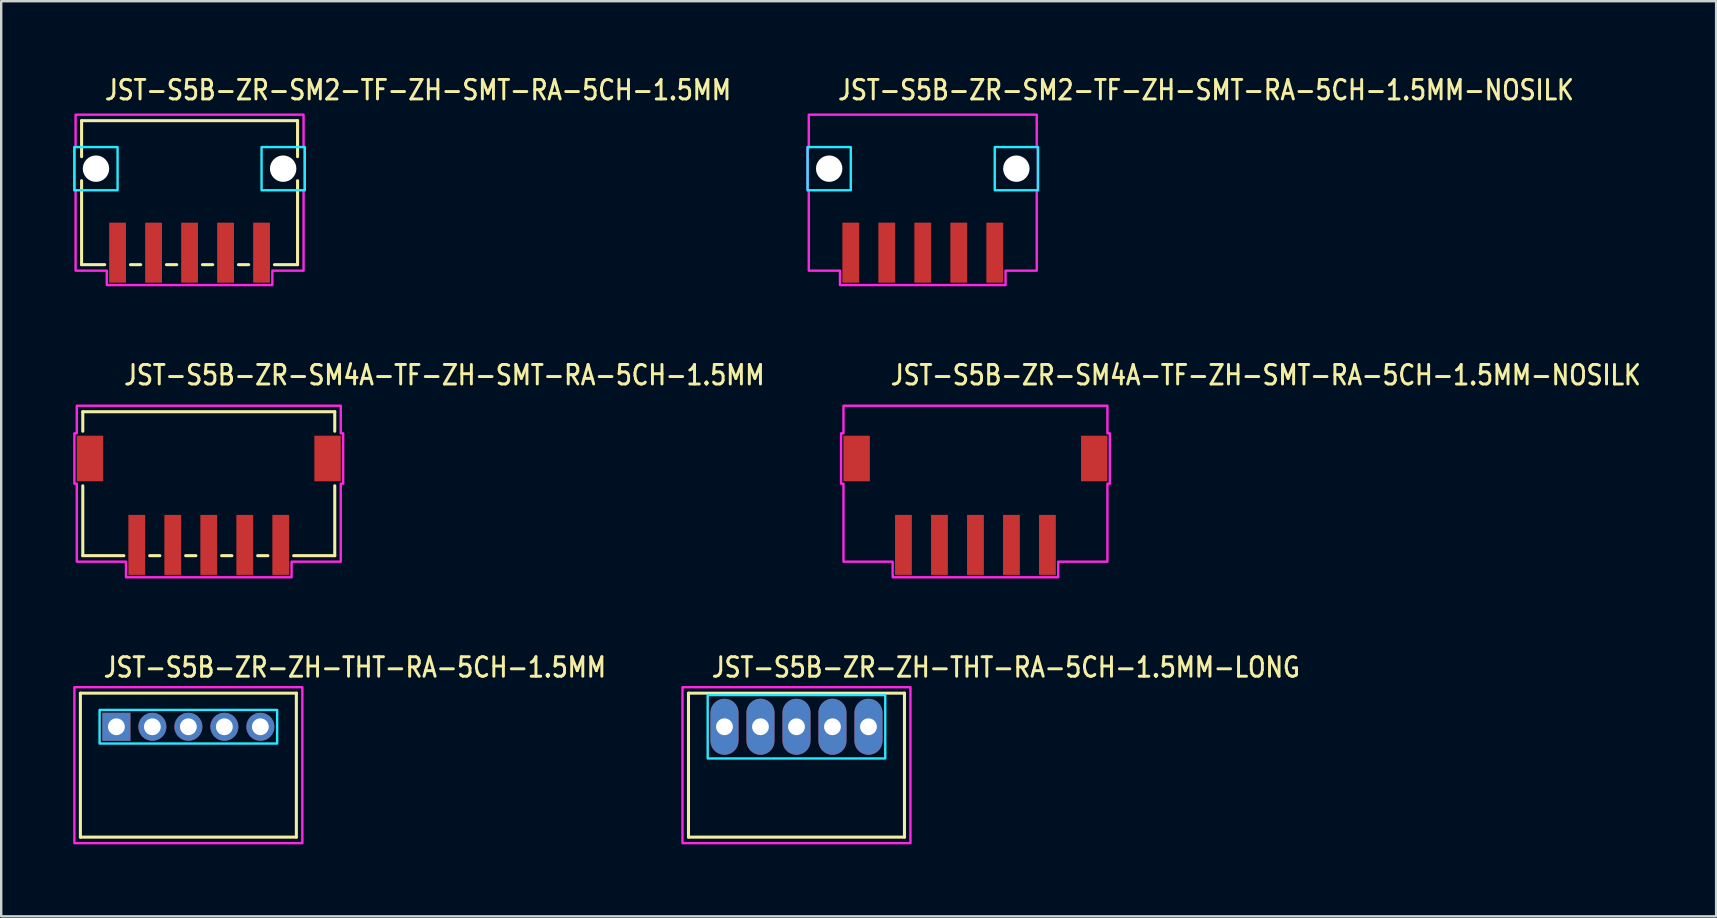
<source format=kicad_pcb>
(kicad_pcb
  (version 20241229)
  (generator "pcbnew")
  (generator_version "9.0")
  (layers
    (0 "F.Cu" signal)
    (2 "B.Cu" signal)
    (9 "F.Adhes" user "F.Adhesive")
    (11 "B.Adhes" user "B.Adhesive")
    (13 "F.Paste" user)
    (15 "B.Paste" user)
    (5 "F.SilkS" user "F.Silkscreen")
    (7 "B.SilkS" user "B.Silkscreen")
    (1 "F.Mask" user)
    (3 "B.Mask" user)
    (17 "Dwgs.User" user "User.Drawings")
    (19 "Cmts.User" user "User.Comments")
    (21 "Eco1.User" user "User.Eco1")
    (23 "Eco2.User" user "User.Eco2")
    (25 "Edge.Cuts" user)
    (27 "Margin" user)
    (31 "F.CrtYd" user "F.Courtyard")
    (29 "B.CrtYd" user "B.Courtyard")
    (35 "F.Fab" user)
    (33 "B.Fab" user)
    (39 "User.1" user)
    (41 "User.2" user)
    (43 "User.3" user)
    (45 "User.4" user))
  (footprint "JST-S5B-ZR-SM4A-TF-ZH-SMT-RA-5CH-1.5MM-NOSILK"
    (layer "F.Cu")
    (at 37.599 16.057)
    (property "Reference" "JST-S5B-ZR-SM4A-TF-ZH-SMT-RA-5CH-1.5MM-NOSILK" (at -3.6 -3 0) (unlocked yes) (layer "F.SilkS") (effects (font (size 0.813 0.695) (thickness 0.122)) (justify left bottom)))
    (fp_poly (pts (xy -5.5 -2.2) (xy -5.5 -1.05) (xy -5.6 -1.05) (xy -5.6 1.05) (xy -5.5 1.05) (xy -5.5 4.3) (xy -3.45 4.3) (xy -3.45 4.95) (xy 3.45 4.95) (xy 3.45 4.3) (xy 5.5 4.3) (xy 5.5 1.05) (xy 5.6 1.05) (xy 5.6 -1.05) (xy 5.5 -1.05) (xy 5.5 -2.2)) (stroke (width 0.1) (type solid)) (fill no) (layer "F.CrtYd"))
    (pad "P$1" smd rect (at 3 3.6) (size 0.7 2.5) (layers "F.Cu" "F.Mask" "F.Paste"))
    (pad "P$2" smd rect (at 1.5 3.6) (size 0.7 2.5) (layers "F.Cu" "F.Mask" "F.Paste"))
    (pad "P$3" smd rect (at 0 3.6) (size 0.7 2.5) (layers "F.Cu" "F.Mask" "F.Paste"))
    (pad "P$4" smd rect (at -1.5 3.6) (size 0.7 2.5) (layers "F.Cu" "F.Mask" "F.Paste"))
    (pad "P$5" smd rect (at -3 3.6) (size 0.7 2.5) (layers "F.Cu" "F.Mask" "F.Paste"))
    (pad "S$1" smd rect (at -4.95 0) (size 1.1 1.9) (layers "F.Cu" "F.Mask" "F.Paste"))
    (pad "S$2" smd rect (at 4.95 0) (size 1.1 1.9) (layers "F.Cu" "F.Mask" "F.Paste")))
  (footprint "JST-S5B-ZR-SM2-TF-ZH-SMT-RA-5CH-1.5MM"
    (layer "F.Cu")
    (at 4.85 3.979)
    (property "Reference" "JST-S5B-ZR-SM2-TF-ZH-SMT-RA-5CH-1.5MM" (at -3.6 -2.8 0) (unlocked yes) (layer "F.SilkS") (effects (font (size 0.813 0.695) (thickness 0.122)) (justify left bottom)))
    (fp_line (start -4.5 -2) (end -4.5 -0.5) (stroke (width 0.127) (type solid)) (layer "F.SilkS"))
    (fp_line (start -4.5 -2) (end 4.5 -2) (stroke (width 0.127) (type solid)) (layer "F.SilkS"))
    (fp_line (start -4.5 4) (end -4.5 0.5) (stroke (width 0.127) (type solid)) (layer "F.SilkS"))
    (fp_line (start -4.5 4) (end -3.537 4) (stroke (width 0.127) (type solid)) (layer "F.SilkS"))
    (fp_line (start -2.463 4) (end -2.037 4) (stroke (width 0.127) (type solid)) (layer "F.SilkS"))
    (fp_line (start -0.964 4) (end -0.536 4) (stroke (width 0.127) (type solid)) (layer "F.SilkS"))
    (fp_line (start 0.536 4) (end 0.964 4) (stroke (width 0.127) (type solid)) (layer "F.SilkS"))
    (fp_line (start 2.037 4) (end 2.463 4) (stroke (width 0.127) (type solid)) (layer "F.SilkS"))
    (fp_line (start 3.537 4) (end 4.5 4) (stroke (width 0.127) (type solid)) (layer "F.SilkS"))
    (fp_line (start 4.5 -0.5) (end 4.5 -2) (stroke (width 0.127) (type solid)) (layer "F.SilkS"))
    (fp_line (start 4.5 0.5) (end 4.5 4) (stroke (width 0.127) (type solid)) (layer "F.SilkS"))
    (fp_poly (pts (xy -4.8 -0.9) (xy -4.8 0.9) (xy -3 0.9) (xy -3 -0.9)) (stroke (width 0.1) (type solid)) (fill no) (layer "B.CrtYd"))
    (fp_poly (pts (xy 4.8 -0.9) (xy 4.8 0.9) (xy 3 0.9) (xy 3 -0.9)) (stroke (width 0.1) (type solid)) (fill no) (layer "B.CrtYd"))
    (fp_poly (pts (xy -4.75 -2.25) (xy -4.75 -0.9) (xy -4.8 -0.9) (xy -4.8 0.9) (xy -4.75 0.9) (xy -4.75 4.25) (xy -3.45 4.25) (xy -3.45 4.85) (xy 3.45 4.85) (xy 3.45 4.25) (xy 4.75 4.25) (xy 4.75 0.9) (xy 4.8 0.9) (xy 4.8 -0.9) (xy 4.75 -0.9) (xy 4.75 -2.25)) (stroke (width 0.1) (type solid)) (fill no) (layer "F.CrtYd"))
    (pad "" np_thru_hole circle (at -3.9 0) (size 1.1 1.1) (drill 1.1) (layers "*.Cu" "*.Mask"))
    (pad "" np_thru_hole circle (at 3.9 0) (size 1.1 1.1) (drill 1.1) (layers "*.Cu" "*.Mask"))
    (pad "P$1" smd rect (at 3 3.5) (size 0.7 2.5) (layers "F.Cu" "F.Mask" "F.Paste"))
    (pad "P$2" smd rect (at 1.5 3.5) (size 0.7 2.5) (layers "F.Cu" "F.Mask" "F.Paste"))
    (pad "P$3" smd rect (at 0 3.5) (size 0.7 2.5) (layers "F.Cu" "F.Mask" "F.Paste"))
    (pad "P$4" smd rect (at -1.5 3.5) (size 0.7 2.5) (layers "F.Cu" "F.Mask" "F.Paste"))
    (pad "P$5" smd rect (at -3 3.5) (size 0.7 2.5) (layers "F.Cu" "F.Mask" "F.Paste")))
  (footprint "JST-S5B-ZR-SM2-TF-ZH-SMT-RA-5CH-1.5MM-NOSILK"
    (layer "F.Cu")
    (at 35.404 3.979)
    (property "Reference" "JST-S5B-ZR-SM2-TF-ZH-SMT-RA-5CH-1.5MM-NOSILK" (at -3.6 -2.8 0) (unlocked yes) (layer "F.SilkS") (effects (font (size 0.813 0.695) (thickness 0.122)) (justify left bottom)))
    (fp_poly (pts (xy -4.8 -0.9) (xy -4.8 0.9) (xy -3 0.9) (xy -3 -0.9)) (stroke (width 0.1) (type solid)) (fill no) (layer "B.CrtYd"))
    (fp_poly (pts (xy 4.8 -0.9) (xy 4.8 0.9) (xy 3 0.9) (xy 3 -0.9)) (stroke (width 0.1) (type solid)) (fill no) (layer "B.CrtYd"))
    (fp_poly (pts (xy -4.75 -2.25) (xy -4.75 -0.9) (xy -4.8 -0.9) (xy -4.8 0.9) (xy -4.75 0.9) (xy -4.75 4.25) (xy -3.45 4.25) (xy -3.45 4.85) (xy 3.45 4.85) (xy 3.45 4.25) (xy 4.75 4.25) (xy 4.75 0.9) (xy 4.8 0.9) (xy 4.8 -0.9) (xy 4.75 -0.9) (xy 4.75 -2.25)) (stroke (width 0.1) (type solid)) (fill no) (layer "F.CrtYd"))
    (pad "" np_thru_hole circle (at -3.9 0) (size 1.1 1.1) (drill 1.1) (layers "*.Cu" "*.Mask"))
    (pad "" np_thru_hole circle (at 3.9 0) (size 1.1 1.1) (drill 1.1) (layers "*.Cu" "*.Mask"))
    (pad "P$1" smd rect (at 3 3.5) (size 0.7 2.5) (layers "F.Cu" "F.Mask" "F.Paste"))
    (pad "P$2" smd rect (at 1.5 3.5) (size 0.7 2.5) (layers "F.Cu" "F.Mask" "F.Paste"))
    (pad "P$3" smd rect (at 0 3.5) (size 0.7 2.5) (layers "F.Cu" "F.Mask" "F.Paste"))
    (pad "P$4" smd rect (at -1.5 3.5) (size 0.7 2.5) (layers "F.Cu" "F.Mask" "F.Paste"))
    (pad "P$5" smd rect (at -3 3.5) (size 0.7 2.5) (layers "F.Cu" "F.Mask" "F.Paste")))
  (footprint "JST-S5B-ZR-ZH-THT-RA-5CH-1.5MM-LONG"
    (layer "F.Cu")
    (at 30.141 27.236)
    (property "Reference" "JST-S5B-ZR-ZH-THT-RA-5CH-1.5MM-LONG" (at -3.6 -2 0) (unlocked yes) (layer "F.SilkS") (effects (font (size 0.813 0.695) (thickness 0.122)) (justify left bottom)))
    (fp_line (start -4.5 -1.4) (end 4.5 -1.4) (stroke (width 0.127) (type solid)) (layer "F.SilkS"))
    (fp_line (start -4.5 4.6) (end -4.5 -1.4) (stroke (width 0.127) (type solid)) (layer "F.SilkS"))
    (fp_line (start -4.5 4.6) (end 4.5 4.6) (stroke (width 0.127) (type solid)) (layer "F.SilkS"))
    (fp_line (start 4.5 -1.4) (end 4.5 4.6) (stroke (width 0.127) (type solid)) (layer "F.SilkS"))
    (fp_poly (pts (xy -3.7 -1.32) (xy -3.7 1.32) (xy 3.7 1.32) (xy 3.7 -1.32)) (stroke (width 0.1) (type solid)) (fill no) (layer "B.CrtYd"))
    (fp_poly (pts (xy -4.75 -1.65) (xy -4.75 4.85) (xy 4.75 4.85) (xy 4.75 -1.65)) (stroke (width 0.1) (type solid)) (fill no) (layer "F.CrtYd"))
    (pad "P$1" thru_hole oval (at -3 0 90) (size 2.333 1.167) (drill 0.7) (layers "*.Cu" "*.Mask"))
    (pad "P$2" thru_hole oval (at -1.5 0 90) (size 2.333 1.167) (drill 0.7) (layers "*.Cu" "*.Mask"))
    (pad "P$3" thru_hole oval (at 0 0 90) (size 2.333 1.167) (drill 0.7) (layers "*.Cu" "*.Mask"))
    (pad "P$4" thru_hole oval (at 1.5 0 90) (size 2.333 1.167) (drill 0.7) (layers "*.Cu" "*.Mask"))
    (pad "P$5" thru_hole oval (at 3 0 90) (size 2.333 1.167) (drill 0.7) (layers "*.Cu" "*.Mask")))
  (footprint "JST-S5B-ZR-SM4A-TF-ZH-SMT-RA-5CH-1.5MM"
    (layer "F.Cu")
    (at 5.65 16.057)
    (property "Reference" "JST-S5B-ZR-SM4A-TF-ZH-SMT-RA-5CH-1.5MM" (at -3.6 -3 0) (unlocked yes) (layer "F.SilkS") (effects (font (size 0.813 0.695) (thickness 0.122)) (justify left bottom)))
    (fp_line (start -5.25 -1.95) (end -5.25 -1.137) (stroke (width 0.127) (type solid)) (layer "F.SilkS"))
    (fp_line (start -5.25 -1.95) (end 5.25 -1.95) (stroke (width 0.127) (type solid)) (layer "F.SilkS"))
    (fp_line (start -5.25 4.05) (end -5.25 1.137) (stroke (width 0.127) (type solid)) (layer "F.SilkS"))
    (fp_line (start -5.25 4.05) (end -3.537 4.05) (stroke (width 0.127) (type solid)) (layer "F.SilkS"))
    (fp_line (start -2.463 4.05) (end -2.037 4.05) (stroke (width 0.127) (type solid)) (layer "F.SilkS"))
    (fp_line (start -0.964 4.05) (end -0.536 4.05) (stroke (width 0.127) (type solid)) (layer "F.SilkS"))
    (fp_line (start 0.536 4.05) (end 0.964 4.05) (stroke (width 0.127) (type solid)) (layer "F.SilkS"))
    (fp_line (start 2.037 4.05) (end 2.463 4.05) (stroke (width 0.127) (type solid)) (layer "F.SilkS"))
    (fp_line (start 3.537 4.05) (end 5.25 4.05) (stroke (width 0.127) (type solid)) (layer "F.SilkS"))
    (fp_line (start 5.25 -1.137) (end 5.25 -1.95) (stroke (width 0.127) (type solid)) (layer "F.SilkS"))
    (fp_line (start 5.25 1.137) (end 5.25 4.05) (stroke (width 0.127) (type solid)) (layer "F.SilkS"))
    (fp_poly (pts (xy -5.5 -2.2) (xy -5.5 -1.05) (xy -5.6 -1.05) (xy -5.6 1.05) (xy -5.5 1.05) (xy -5.5 4.3) (xy -3.45 4.3) (xy -3.45 4.95) (xy 3.45 4.95) (xy 3.45 4.3) (xy 5.5 4.3) (xy 5.5 1.05) (xy 5.6 1.05) (xy 5.6 -1.05) (xy 5.5 -1.05) (xy 5.5 -2.2)) (stroke (width 0.1) (type solid)) (fill no) (layer "F.CrtYd"))
    (pad "P$1" smd rect (at 3 3.6) (size 0.7 2.5) (layers "F.Cu" "F.Mask" "F.Paste"))
    (pad "P$2" smd rect (at 1.5 3.6) (size 0.7 2.5) (layers "F.Cu" "F.Mask" "F.Paste"))
    (pad "P$3" smd rect (at 0 3.6) (size 0.7 2.5) (layers "F.Cu" "F.Mask" "F.Paste"))
    (pad "P$4" smd rect (at -1.5 3.6) (size 0.7 2.5) (layers "F.Cu" "F.Mask" "F.Paste"))
    (pad "P$5" smd rect (at -3 3.6) (size 0.7 2.5) (layers "F.Cu" "F.Mask" "F.Paste"))
    (pad "S$1" smd rect (at -4.95 0) (size 1.1 1.9) (layers "F.Cu" "F.Mask" "F.Paste"))
    (pad "S$2" smd rect (at 4.95 0) (size 1.1 1.9) (layers "F.Cu" "F.Mask" "F.Paste")))
  (footprint "JST-S5B-ZR-ZH-THT-RA-5CH-1.5MM"
    (layer "F.Cu")
    (at 4.8 27.236)
    (property "Reference" "JST-S5B-ZR-ZH-THT-RA-5CH-1.5MM" (at -3.6 -2 0) (unlocked yes) (layer "F.SilkS") (effects (font (size 0.813 0.695) (thickness 0.122)) (justify left bottom)))
    (fp_line (start -4.5 -1.4) (end 4.5 -1.4) (stroke (width 0.127) (type solid)) (layer "F.SilkS"))
    (fp_line (start -4.5 4.6) (end -4.5 -1.4) (stroke (width 0.127) (type solid)) (layer "F.SilkS"))
    (fp_line (start -4.5 4.6) (end 4.5 4.6) (stroke (width 0.127) (type solid)) (layer "F.SilkS"))
    (fp_line (start 4.5 -1.4) (end 4.5 4.6) (stroke (width 0.127) (type solid)) (layer "F.SilkS"))
    (fp_poly (pts (xy -3.7 -0.7) (xy -3.7 0.7) (xy 3.7 0.7) (xy 3.7 -0.7)) (stroke (width 0.1) (type solid)) (fill no) (layer "B.CrtYd"))
    (fp_poly (pts (xy -4.75 -1.65) (xy -4.75 4.85) (xy 4.75 4.85) (xy 4.75 -1.65)) (stroke (width 0.1) (type solid)) (fill no) (layer "F.CrtYd"))
    (pad "P$1" thru_hole rect (at -3 0) (size 1.167 1.167) (drill 0.7) (layers "*.Cu" "*.Mask"))
    (pad "P$2" thru_hole oval (at -1.5 0) (size 1.167 1.167) (drill 0.7) (layers "*.Cu" "*.Mask"))
    (pad "P$3" thru_hole oval (at 0 0) (size 1.167 1.167) (drill 0.7) (layers "*.Cu" "*.Mask"))
    (pad "P$4" thru_hole oval (at 1.5 0) (size 1.167 1.167) (drill 0.7) (layers "*.Cu" "*.Mask"))
    (pad "P$5" thru_hole oval (at 3 0) (size 1.167 1.167) (drill 0.7) (layers "*.Cu" "*.Mask")))
  (gr_rect
    (start -3 -3)
    (end 68.466 35.136)
    (stroke (width 0.1) (type default))
    (fill no)
    (layer "Edge.Cuts")))
</source>
